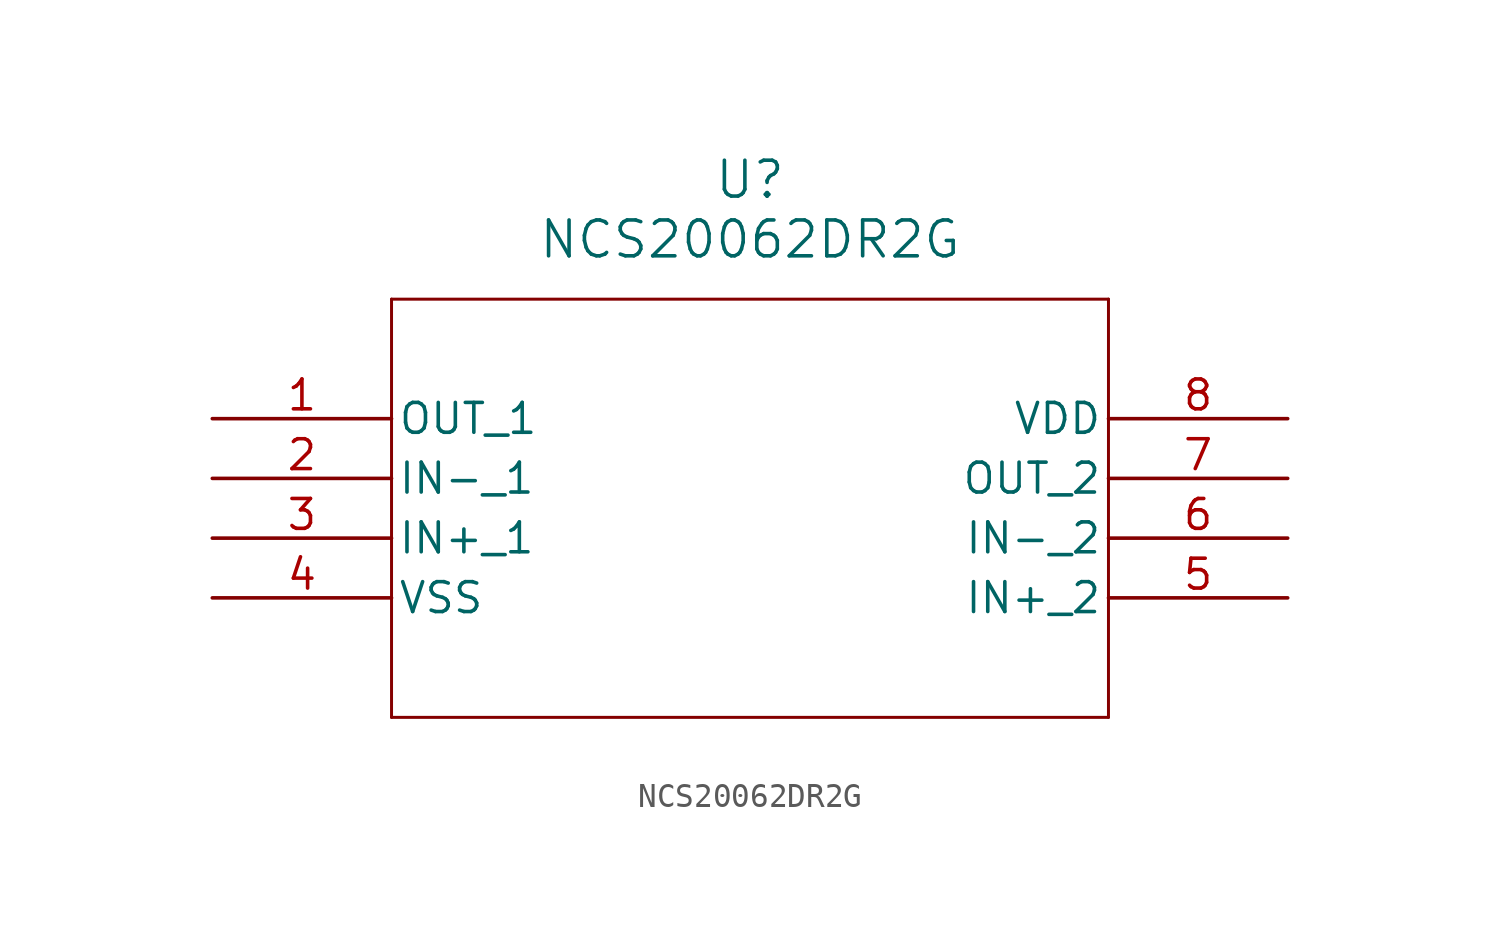
<source format=kicad_sym>
(kicad_symbol_lib
  (version 20211014)
  (generator kicad_symbol_editor)
  (symbol "NCS20062DR2G"
    (pin_names
      (offset 0.254))
    (property "Reference" "U"
      (at 22.86 10.16 0)
      (effects (font (size 1.524 1.524))))
    (property "Value" "NCS20062DR2G"
      (at 22.86 7.62 0)
      (effects (font (size 1.524 1.524))))
    (symbol "NCS20062DR2G_0_1"
      (polyline (pts (xy 7.62 5.08) (xy 7.62 -12.7)) (stroke (width 0.127) (type default) (color 0 0 0 0)) (fill (type none)))
      (polyline (pts (xy 7.62 -12.7) (xy 38.1 -12.7)) (stroke (width 0.127) (type default) (color 0 0 0 0)) (fill (type none)))
      (polyline (pts (xy 38.1 -12.7) (xy 38.1 5.08)) (stroke (width 0.127) (type default) (color 0 0 0 0)) (fill (type none)))
      (polyline (pts (xy 38.1 5.08) (xy 7.62 5.08)) (stroke (width 0.127) (type default) (color 0 0 0 0)) (fill (type none)))
      (pin output line (at 0 0 0) (length 7.62) (name "OUT 1" (effects (font (size 1.27 1.27)))) (number "1" (effects (font (size 1.27 1.27)))))
      (pin bidirectional line (at 0 -2.54 0) (length 7.62) (name "IN- 1" (effects (font (size 1.27 1.27)))) (number "2" (effects (font (size 1.27 1.27)))))
      (pin input line (at 0 -5.08 0) (length 7.62) (name "IN+ 1" (effects (font (size 1.27 1.27)))) (number "3" (effects (font (size 1.27 1.27)))))
      (pin power_out line (at 0 -7.62 0) (length 7.62) (name "VSS" (effects (font (size 1.27 1.27)))) (number "4" (effects (font (size 1.27 1.27)))))
      (pin input line (at 45.72 -7.62 180) (length 7.62) (name "IN+ 2" (effects (font (size 1.27 1.27)))) (number "5" (effects (font (size 1.27 1.27)))))
      (pin bidirectional line (at 45.72 -5.08 180) (length 7.62) (name "IN- 2" (effects (font (size 1.27 1.27)))) (number "6" (effects (font (size 1.27 1.27)))))
      (pin output line (at 45.72 -2.54 180) (length 7.62) (name "OUT 2" (effects (font (size 1.27 1.27)))) (number "7" (effects (font (size 1.27 1.27)))))
      (pin power_in line (at 45.72 0 180) (length 7.62) (name "VDD" (effects (font (size 1.27 1.27)))) (number "8" (effects (font (size 1.27 1.27))))))))
</source>
